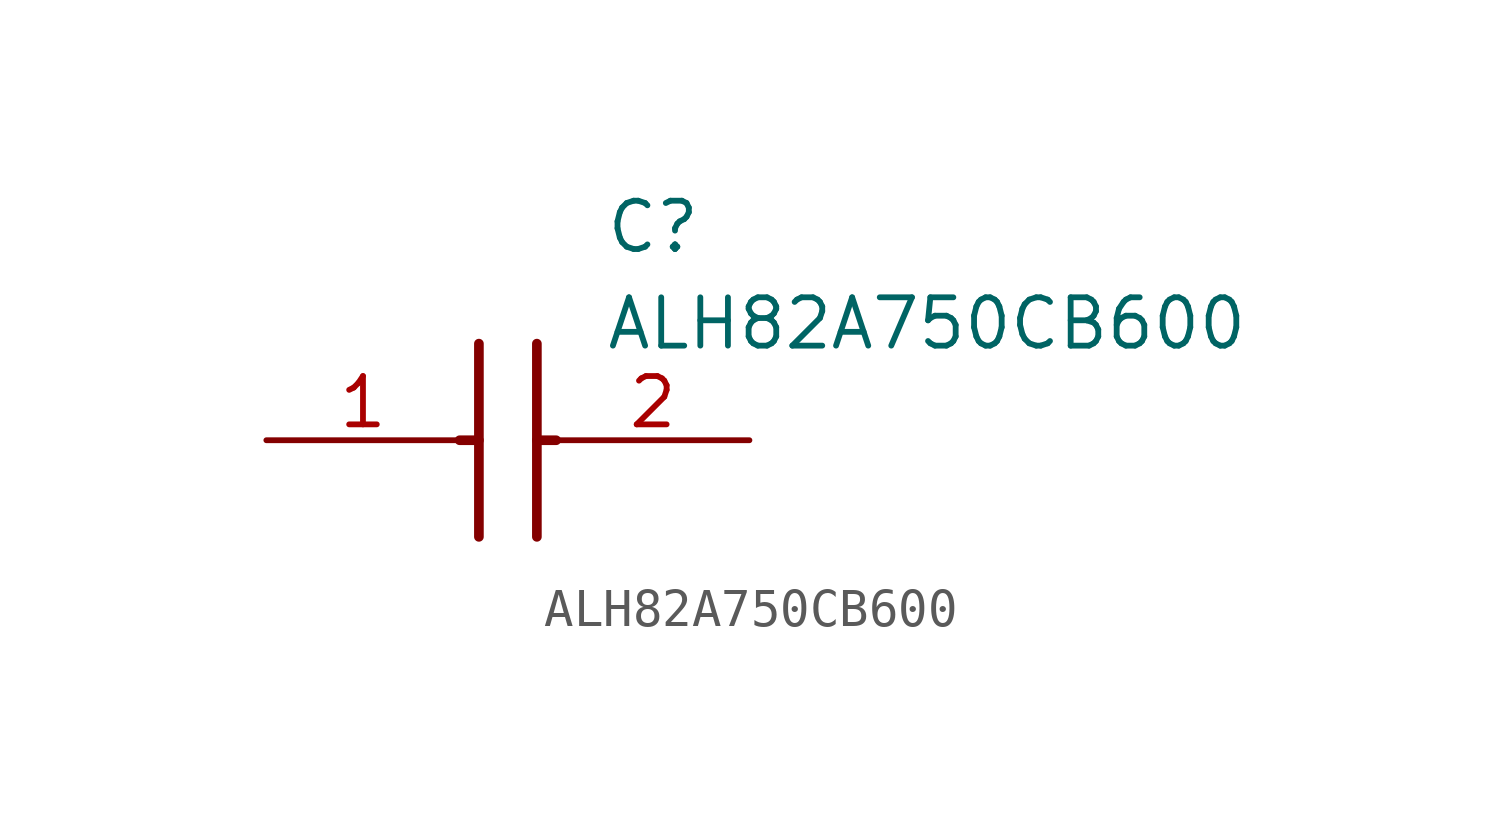
<source format=kicad_sym>
(kicad_symbol_lib
  (version 20211014)
  (generator SamacSys_ECAD_Model)
  (symbol "ALH82A750CB600"
    (pin_names hide)
    (property "Reference" "C"
      (at 8.89 6.35 0)
      (effects (font (size 1.27 1.27)) (justify left top)))
    (property "Value" "ALH82A750CB600"
      (at 8.89 3.81 0)
      (effects (font (size 1.27 1.27)) (justify left top)))
    (polyline
      (pts (xy 5.588 2.54) (xy 5.588 -2.54))
      (stroke (width 0.254) (type default))
      (fill (type none)))
    (polyline
      (pts (xy 7.112 2.54) (xy 7.112 -2.54))
      (stroke (width 0.254) (type default))
      (fill (type none)))
    (polyline
      (pts (xy 5.08 0) (xy 5.588 0))
      (stroke (width 0.254) (type default))
      (fill (type none)))
    (polyline
      (pts (xy 7.112 0) (xy 7.62 0))
      (stroke (width 0.254) (type default))
      (fill (type none)))
    (pin passive line
      (at 0 0 0)
      (length 5.08)
      (name "1" (effects (font (size 1.27 1.27))))
      (number "1" (effects (font (size 1.27 1.27)))))
    (pin passive line
      (at 12.7 0 180)
      (length 5.08)
      (name "2" (effects (font (size 1.27 1.27))))
      (number "2" (effects (font (size 1.27 1.27)))))))
</source>
